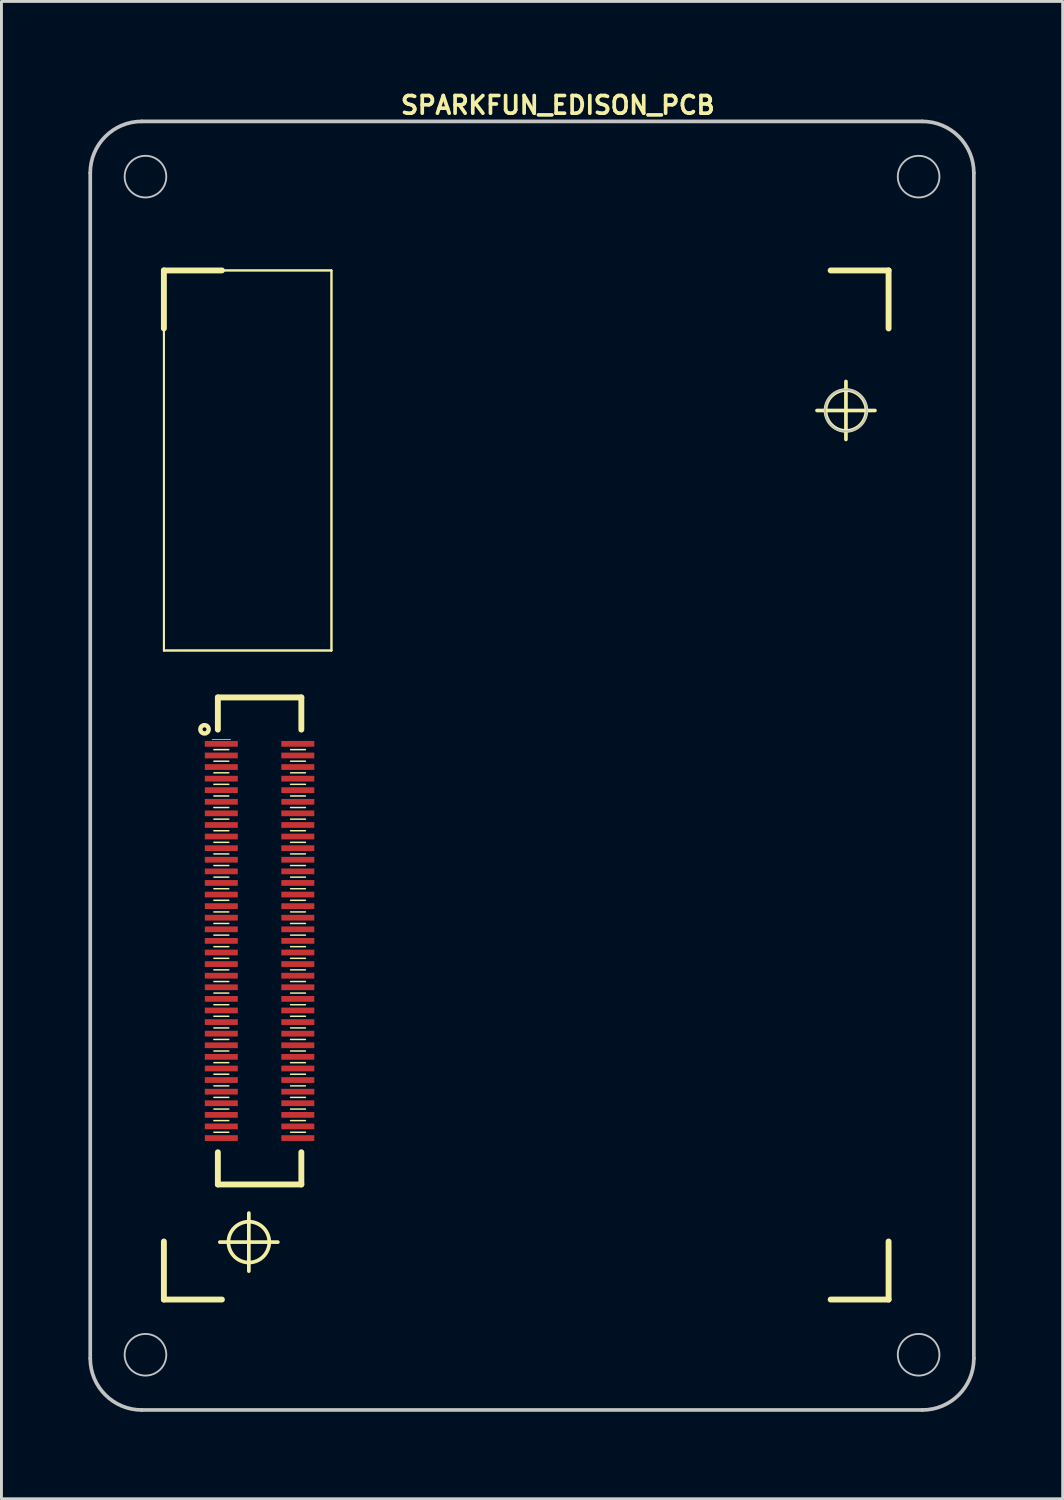
<source format=kicad_pcb>
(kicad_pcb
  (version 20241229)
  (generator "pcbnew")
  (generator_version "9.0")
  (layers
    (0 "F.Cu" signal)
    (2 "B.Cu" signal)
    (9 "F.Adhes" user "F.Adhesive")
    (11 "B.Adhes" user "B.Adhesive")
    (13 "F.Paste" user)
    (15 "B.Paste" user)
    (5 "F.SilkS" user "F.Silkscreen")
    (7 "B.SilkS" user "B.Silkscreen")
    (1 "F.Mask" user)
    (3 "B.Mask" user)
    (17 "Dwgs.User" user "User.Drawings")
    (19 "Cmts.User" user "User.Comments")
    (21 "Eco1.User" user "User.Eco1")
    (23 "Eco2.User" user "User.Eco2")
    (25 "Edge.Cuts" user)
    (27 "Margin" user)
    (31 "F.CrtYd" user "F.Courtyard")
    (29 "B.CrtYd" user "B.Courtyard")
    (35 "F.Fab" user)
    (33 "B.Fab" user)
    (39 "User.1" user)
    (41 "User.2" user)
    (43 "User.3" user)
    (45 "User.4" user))
  (footprint "SPARKFUN_EDISON_PCB"
    (layer "F.Cu")
    (at 15.303 23.998)
    (property "Reference" "SPARKFUN_EDISON_PCB" (at 0.889 -23.419 0) (layer "F.SilkS") (effects (font (size 0.61 0.61) (thickness 0.127))))
    (attr smd)
    (fp_line (start -12.7 -17.719) (end -10.698 -17.719) (stroke (width 0.203) (type solid)) (layer "F.SilkS"))
    (fp_line (start -12.7 -17.719) (end -6.919 -17.719) (stroke (width 0.066) (type solid)) (layer "F.SilkS"))
    (fp_line (start -12.7 -17.719) (end -6.919 -17.719) (stroke (width 0.066) (type solid)) (layer "F.SilkS"))
    (fp_line (start -12.7 -15.718) (end -12.7 -17.719) (stroke (width 0.203) (type solid)) (layer "F.SilkS"))
    (fp_line (start -12.7 -4.608) (end -12.7 -17.719) (stroke (width 0.066) (type solid)) (layer "F.SilkS"))
    (fp_line (start -12.7 -4.608) (end -12.7 -17.719) (stroke (width 0.066) (type solid)) (layer "F.SilkS"))
    (fp_line (start -12.7 -4.608) (end -6.919 -4.608) (stroke (width 0.066) (type solid)) (layer "F.SilkS"))
    (fp_line (start -12.7 -4.608) (end -6.919 -4.608) (stroke (width 0.066) (type solid)) (layer "F.SilkS"))
    (fp_line (start -12.7 17.78) (end -12.7 15.778) (stroke (width 0.203) (type solid)) (layer "F.SilkS"))
    (fp_line (start -11.036 -1.537) (end -10.401 -1.537) (stroke (width 0.025) (type solid)) (layer "F.SilkS"))
    (fp_line (start -10.975 -1.189) (end -10.462 -1.189) (stroke (width 0.051) (type solid)) (layer "F.SilkS"))
    (fp_line (start -10.975 -0.79) (end -10.462 -0.79) (stroke (width 0.051) (type solid)) (layer "F.SilkS"))
    (fp_line (start -10.975 -0.389) (end -10.462 -0.389) (stroke (width 0.051) (type solid)) (layer "F.SilkS"))
    (fp_line (start -10.975 0.008) (end -10.462 0.008) (stroke (width 0.051) (type solid)) (layer "F.SilkS"))
    (fp_line (start -10.975 0.409) (end -10.462 0.409) (stroke (width 0.051) (type solid)) (layer "F.SilkS"))
    (fp_line (start -10.975 0.808) (end -10.462 0.808) (stroke (width 0.051) (type solid)) (layer "F.SilkS"))
    (fp_line (start -10.975 1.209) (end -10.462 1.209) (stroke (width 0.051) (type solid)) (layer "F.SilkS"))
    (fp_line (start -10.975 1.608) (end -10.462 1.608) (stroke (width 0.051) (type solid)) (layer "F.SilkS"))
    (fp_line (start -10.975 2.009) (end -10.462 2.009) (stroke (width 0.051) (type solid)) (layer "F.SilkS"))
    (fp_line (start -10.975 2.408) (end -10.462 2.408) (stroke (width 0.051) (type solid)) (layer "F.SilkS"))
    (fp_line (start -10.975 2.809) (end -10.462 2.809) (stroke (width 0.051) (type solid)) (layer "F.SilkS"))
    (fp_line (start -10.975 3.208) (end -10.462 3.208) (stroke (width 0.051) (type solid)) (layer "F.SilkS"))
    (fp_line (start -10.975 3.609) (end -10.462 3.609) (stroke (width 0.051) (type solid)) (layer "F.SilkS"))
    (fp_line (start -10.975 4.008) (end -10.462 4.008) (stroke (width 0.051) (type solid)) (layer "F.SilkS"))
    (fp_line (start -10.975 4.409) (end -10.462 4.409) (stroke (width 0.051) (type solid)) (layer "F.SilkS"))
    (fp_line (start -10.975 4.808) (end -10.462 4.808) (stroke (width 0.051) (type solid)) (layer "F.SilkS"))
    (fp_line (start -10.975 5.21) (end -10.462 5.21) (stroke (width 0.051) (type solid)) (layer "F.SilkS"))
    (fp_line (start -10.975 5.608) (end -10.462 5.608) (stroke (width 0.051) (type solid)) (layer "F.SilkS"))
    (fp_line (start -10.975 6.01) (end -10.462 6.01) (stroke (width 0.051) (type solid)) (layer "F.SilkS"))
    (fp_line (start -10.975 6.408) (end -10.462 6.408) (stroke (width 0.051) (type solid)) (layer "F.SilkS"))
    (fp_line (start -10.975 6.81) (end -10.462 6.81) (stroke (width 0.051) (type solid)) (layer "F.SilkS"))
    (fp_line (start -10.975 7.209) (end -10.462 7.209) (stroke (width 0.051) (type solid)) (layer "F.SilkS"))
    (fp_line (start -10.975 7.61) (end -10.462 7.61) (stroke (width 0.051) (type solid)) (layer "F.SilkS"))
    (fp_line (start -10.975 8.009) (end -10.462 8.009) (stroke (width 0.051) (type solid)) (layer "F.SilkS"))
    (fp_line (start -10.975 8.41) (end -10.462 8.41) (stroke (width 0.051) (type solid)) (layer "F.SilkS"))
    (fp_line (start -10.975 8.809) (end -10.462 8.809) (stroke (width 0.051) (type solid)) (layer "F.SilkS"))
    (fp_line (start -10.975 9.207) (end -10.462 9.207) (stroke (width 0.051) (type solid)) (layer "F.SilkS"))
    (fp_line (start -10.975 9.609) (end -10.462 9.609) (stroke (width 0.051) (type solid)) (layer "F.SilkS"))
    (fp_line (start -10.975 10.008) (end -10.462 10.008) (stroke (width 0.051) (type solid)) (layer "F.SilkS"))
    (fp_line (start -10.975 10.409) (end -10.462 10.409) (stroke (width 0.051) (type solid)) (layer "F.SilkS"))
    (fp_line (start -10.975 10.808) (end -10.462 10.808) (stroke (width 0.051) (type solid)) (layer "F.SilkS"))
    (fp_line (start -10.975 11.209) (end -10.462 11.209) (stroke (width 0.051) (type solid)) (layer "F.SilkS"))
    (fp_line (start -10.975 11.608) (end -10.462 11.608) (stroke (width 0.051) (type solid)) (layer "F.SilkS"))
    (fp_line (start -10.975 12.009) (end -10.462 12.009) (stroke (width 0.051) (type solid)) (layer "F.SilkS"))
    (fp_line (start -10.838 -2.99) (end -10.838 -1.88) (stroke (width 0.203) (type solid)) (layer "F.SilkS"))
    (fp_line (start -10.838 -2.99) (end -7.958 -2.99) (stroke (width 0.203) (type solid)) (layer "F.SilkS"))
    (fp_line (start -10.838 12.7) (end -10.838 13.81) (stroke (width 0.203) (type solid)) (layer "F.SilkS"))
    (fp_line (start -10.77 15.799) (end -8.768 15.799) (stroke (width 0.127) (type solid)) (layer "F.SilkS"))
    (fp_line (start -10.698 17.78) (end -12.7 17.78) (stroke (width 0.203) (type solid)) (layer "F.SilkS"))
    (fp_line (start -9.769 16.8) (end -9.769 14.798) (stroke (width 0.127) (type solid)) (layer "F.SilkS"))
    (fp_line (start -8.329 -1.189) (end -7.818 -1.189) (stroke (width 0.051) (type solid)) (layer "F.SilkS"))
    (fp_line (start -8.329 -0.79) (end -7.818 -0.79) (stroke (width 0.051) (type solid)) (layer "F.SilkS"))
    (fp_line (start -8.329 -0.389) (end -7.818 -0.389) (stroke (width 0.051) (type solid)) (layer "F.SilkS"))
    (fp_line (start -8.329 0.008) (end -7.818 0.008) (stroke (width 0.051) (type solid)) (layer "F.SilkS"))
    (fp_line (start -8.329 0.409) (end -7.818 0.409) (stroke (width 0.051) (type solid)) (layer "F.SilkS"))
    (fp_line (start -8.329 0.808) (end -7.818 0.808) (stroke (width 0.051) (type solid)) (layer "F.SilkS"))
    (fp_line (start -8.329 1.209) (end -7.818 1.209) (stroke (width 0.051) (type solid)) (layer "F.SilkS"))
    (fp_line (start -8.329 1.608) (end -7.818 1.608) (stroke (width 0.051) (type solid)) (layer "F.SilkS"))
    (fp_line (start -8.329 2.009) (end -7.818 2.009) (stroke (width 0.051) (type solid)) (layer "F.SilkS"))
    (fp_line (start -8.329 2.408) (end -7.818 2.408) (stroke (width 0.051) (type solid)) (layer "F.SilkS"))
    (fp_line (start -8.329 2.809) (end -7.818 2.809) (stroke (width 0.051) (type solid)) (layer "F.SilkS"))
    (fp_line (start -8.329 3.208) (end -7.818 3.208) (stroke (width 0.051) (type solid)) (layer "F.SilkS"))
    (fp_line (start -8.329 3.609) (end -7.818 3.609) (stroke (width 0.051) (type solid)) (layer "F.SilkS"))
    (fp_line (start -8.329 4.008) (end -7.818 4.008) (stroke (width 0.051) (type solid)) (layer "F.SilkS"))
    (fp_line (start -8.329 4.409) (end -7.818 4.409) (stroke (width 0.051) (type solid)) (layer "F.SilkS"))
    (fp_line (start -8.329 4.808) (end -7.818 4.808) (stroke (width 0.051) (type solid)) (layer "F.SilkS"))
    (fp_line (start -8.329 5.21) (end -7.818 5.21) (stroke (width 0.051) (type solid)) (layer "F.SilkS"))
    (fp_line (start -8.329 5.608) (end -7.818 5.608) (stroke (width 0.051) (type solid)) (layer "F.SilkS"))
    (fp_line (start -8.329 6.01) (end -7.818 6.01) (stroke (width 0.051) (type solid)) (layer "F.SilkS"))
    (fp_line (start -8.329 6.408) (end -7.818 6.408) (stroke (width 0.051) (type solid)) (layer "F.SilkS"))
    (fp_line (start -8.329 6.81) (end -7.818 6.81) (stroke (width 0.051) (type solid)) (layer "F.SilkS"))
    (fp_line (start -8.329 7.209) (end -7.818 7.209) (stroke (width 0.051) (type solid)) (layer "F.SilkS"))
    (fp_line (start -8.329 7.61) (end -7.818 7.61) (stroke (width 0.051) (type solid)) (layer "F.SilkS"))
    (fp_line (start -8.329 8.009) (end -7.818 8.009) (stroke (width 0.051) (type solid)) (layer "F.SilkS"))
    (fp_line (start -8.329 8.41) (end -7.818 8.41) (stroke (width 0.051) (type solid)) (layer "F.SilkS"))
    (fp_line (start -8.329 8.809) (end -7.818 8.809) (stroke (width 0.051) (type solid)) (layer "F.SilkS"))
    (fp_line (start -8.329 9.207) (end -7.818 9.207) (stroke (width 0.051) (type solid)) (layer "F.SilkS"))
    (fp_line (start -8.329 9.609) (end -7.818 9.609) (stroke (width 0.051) (type solid)) (layer "F.SilkS"))
    (fp_line (start -8.329 10.008) (end -7.818 10.008) (stroke (width 0.051) (type solid)) (layer "F.SilkS"))
    (fp_line (start -8.329 10.409) (end -7.818 10.409) (stroke (width 0.051) (type solid)) (layer "F.SilkS"))
    (fp_line (start -8.329 10.808) (end -7.818 10.808) (stroke (width 0.051) (type solid)) (layer "F.SilkS"))
    (fp_line (start -8.329 11.209) (end -7.818 11.209) (stroke (width 0.051) (type solid)) (layer "F.SilkS"))
    (fp_line (start -8.329 11.608) (end -7.818 11.608) (stroke (width 0.051) (type solid)) (layer "F.SilkS"))
    (fp_line (start -8.329 12.009) (end -7.818 12.009) (stroke (width 0.051) (type solid)) (layer "F.SilkS"))
    (fp_line (start -7.958 -2.99) (end -7.958 -1.88) (stroke (width 0.203) (type solid)) (layer "F.SilkS"))
    (fp_line (start -7.958 12.7) (end -7.958 13.81) (stroke (width 0.203) (type solid)) (layer "F.SilkS"))
    (fp_line (start -7.958 13.81) (end -10.838 13.81) (stroke (width 0.203) (type solid)) (layer "F.SilkS"))
    (fp_line (start -6.919 -4.608) (end -6.919 -17.719) (stroke (width 0.066) (type solid)) (layer "F.SilkS"))
    (fp_line (start -6.919 -4.608) (end -6.919 -17.719) (stroke (width 0.066) (type solid)) (layer "F.SilkS"))
    (fp_line (start 9.83 -12.888) (end 11.829 -12.888) (stroke (width 0.127) (type solid)) (layer "F.SilkS"))
    (fp_line (start 10.3 -17.719) (end 12.299 -17.719) (stroke (width 0.203) (type solid)) (layer "F.SilkS"))
    (fp_line (start 10.828 -11.89) (end 10.828 -13.889) (stroke (width 0.127) (type solid)) (layer "F.SilkS"))
    (fp_line (start 12.299 -17.719) (end 12.299 -15.718) (stroke (width 0.203) (type solid)) (layer "F.SilkS"))
    (fp_line (start 12.299 15.778) (end 12.299 17.78) (stroke (width 0.203) (type solid)) (layer "F.SilkS"))
    (fp_line (start 12.299 17.78) (end 10.3 17.78) (stroke (width 0.203) (type solid)) (layer "F.SilkS"))
    (fp_circle (center -11.298 -1.89) (end -11.346 -1.938) (stroke (width 0.152) (type solid)) (fill no) (layer "F.SilkS"))
    (fp_circle (center -9.769 15.799) (end -10.267 16.297) (stroke (width 0.127) (type solid)) (fill no) (layer "F.SilkS"))
    (fp_circle (center 10.828 -12.888) (end 11.326 -13.386) (stroke (width 0.127) (type solid)) (fill no) (layer "F.SilkS"))
    (fp_line (start -15.24 19.812) (end -15.24 -21.082) (stroke (width 0.127) (type solid)) (layer "Dwgs.User"))
    (fp_line (start -13.462 21.59) (end 13.462 21.59) (stroke (width 0.127) (type solid)) (layer "Dwgs.User"))
    (fp_line (start 13.462 -22.86) (end -13.462 -22.86) (stroke (width 0.127) (type solid)) (layer "Dwgs.User"))
    (fp_line (start 15.24 19.812) (end 15.24 -21.082) (stroke (width 0.127) (type solid)) (layer "Dwgs.User"))
    (fp_arc (start -15.24 -21.082) (mid -14.719236 -22.339236) (end -13.462 -22.86) (stroke (width 0.127) (type solid)) (layer "Dwgs.User"))
    (fp_arc (start -13.462 21.59) (mid -14.719236 21.069236) (end -15.24 19.812) (stroke (width 0.127) (type solid)) (layer "Dwgs.User"))
    (fp_arc (start 13.462 -22.86) (mid 14.719236 -22.339236) (end 15.24 -21.082) (stroke (width 0.127) (type solid)) (layer "Dwgs.User"))
    (fp_arc (start 15.24 19.812) (mid 14.719236 21.069236) (end 13.462 21.59) (stroke (width 0.127) (type solid)) (layer "Dwgs.User"))
    (fp_circle (center -13.335 -20.955) (end -13.843 -21.463) (stroke (width 0.064) (type solid)) (fill no) (layer "Dwgs.User"))
    (fp_circle (center -13.335 19.685) (end -13.843 20.193) (stroke (width 0.064) (type solid)) (fill no) (layer "Dwgs.User"))
    (fp_circle (center 10.828 -12.888) (end 11.336 -13.396) (stroke (width 0.064) (type solid)) (fill no) (layer "Dwgs.User"))
    (fp_circle (center 13.335 -20.955) (end 13.843 -21.463) (stroke (width 0.064) (type solid)) (fill no) (layer "Dwgs.User"))
    (fp_circle (center 13.335 19.685) (end 13.843 20.193) (stroke (width 0.064) (type solid)) (fill no) (layer "Dwgs.User"))
    (pad "1" smd rect (at -10.719 -1.389 90) (size 0.198 1.138) (layers "F.Cu" "F.Mask" "F.Paste"))
    (pad "2" smd rect (at -8.08 -1.389 90) (size 0.198 1.138) (layers "F.Cu" "F.Mask" "F.Paste"))
    (pad "3" smd rect (at -10.719 -0.988 90) (size 0.198 1.138) (layers "F.Cu" "F.Mask" "F.Paste"))
    (pad "4" smd rect (at -8.08 -0.988 90) (size 0.198 1.138) (layers "F.Cu" "F.Mask" "F.Paste"))
    (pad "5" smd rect (at -10.719 -0.589 90) (size 0.198 1.138) (layers "F.Cu" "F.Mask" "F.Paste"))
    (pad "6" smd rect (at -8.08 -0.589 90) (size 0.198 1.138) (layers "F.Cu" "F.Mask" "F.Paste"))
    (pad "7" smd rect (at -10.719 -0.188 90) (size 0.198 1.138) (layers "F.Cu" "F.Mask" "F.Paste"))
    (pad "8" smd rect (at -8.08 -0.188 90) (size 0.198 1.138) (layers "F.Cu" "F.Mask" "F.Paste"))
    (pad "9" smd rect (at -10.719 0.208 90) (size 0.198 1.138) (layers "F.Cu" "F.Mask" "F.Paste"))
    (pad "10" smd rect (at -8.08 0.208 90) (size 0.198 1.138) (layers "F.Cu" "F.Mask" "F.Paste"))
    (pad "11" smd rect (at -10.719 0.61 90) (size 0.198 1.138) (layers "F.Cu" "F.Mask" "F.Paste"))
    (pad "12" smd rect (at -8.08 0.61 90) (size 0.198 1.138) (layers "F.Cu" "F.Mask" "F.Paste"))
    (pad "13" smd rect (at -10.719 1.008 90) (size 0.198 1.138) (layers "F.Cu" "F.Mask" "F.Paste"))
    (pad "14" smd rect (at -8.08 1.008 90) (size 0.198 1.138) (layers "F.Cu" "F.Mask" "F.Paste"))
    (pad "15" smd rect (at -10.719 1.41 90) (size 0.198 1.138) (layers "F.Cu" "F.Mask" "F.Paste"))
    (pad "16" smd rect (at -8.08 1.41 90) (size 0.198 1.138) (layers "F.Cu" "F.Mask" "F.Paste"))
    (pad "17" smd rect (at -10.719 1.808 90) (size 0.198 1.138) (layers "F.Cu" "F.Mask" "F.Paste"))
    (pad "18" smd rect (at -8.08 1.808 90) (size 0.198 1.138) (layers "F.Cu" "F.Mask" "F.Paste"))
    (pad "19" smd rect (at -10.719 2.21 90) (size 0.198 1.138) (layers "F.Cu" "F.Mask" "F.Paste"))
    (pad "20" smd rect (at -8.08 2.21 90) (size 0.198 1.138) (layers "F.Cu" "F.Mask" "F.Paste"))
    (pad "21" smd rect (at -10.719 2.609 90) (size 0.198 1.138) (layers "F.Cu" "F.Mask" "F.Paste"))
    (pad "22" smd rect (at -8.08 2.609 90) (size 0.198 1.138) (layers "F.Cu" "F.Mask" "F.Paste"))
    (pad "23" smd rect (at -10.719 3.01 90) (size 0.198 1.138) (layers "F.Cu" "F.Mask" "F.Paste"))
    (pad "24" smd rect (at -8.08 3.01 90) (size 0.198 1.138) (layers "F.Cu" "F.Mask" "F.Paste"))
    (pad "25" smd rect (at -10.719 3.409 90) (size 0.198 1.138) (layers "F.Cu" "F.Mask" "F.Paste"))
    (pad "26" smd rect (at -8.08 3.409 90) (size 0.198 1.138) (layers "F.Cu" "F.Mask" "F.Paste"))
    (pad "27" smd rect (at -10.719 3.81 90) (size 0.198 1.138) (layers "F.Cu" "F.Mask" "F.Paste"))
    (pad "28" smd rect (at -8.08 3.81 90) (size 0.198 1.138) (layers "F.Cu" "F.Mask" "F.Paste"))
    (pad "29" smd rect (at -10.719 4.209 90) (size 0.198 1.138) (layers "F.Cu" "F.Mask" "F.Paste"))
    (pad "30" smd rect (at -8.08 4.209 90) (size 0.198 1.138) (layers "F.Cu" "F.Mask" "F.Paste"))
    (pad "31" smd rect (at -10.719 4.608 90) (size 0.198 1.138) (layers "F.Cu" "F.Mask" "F.Paste"))
    (pad "32" smd rect (at -8.08 4.608 90) (size 0.198 1.138) (layers "F.Cu" "F.Mask" "F.Paste"))
    (pad "33" smd rect (at -10.719 5.009 90) (size 0.198 1.138) (layers "F.Cu" "F.Mask" "F.Paste"))
    (pad "34" smd rect (at -8.08 5.009 90) (size 0.198 1.138) (layers "F.Cu" "F.Mask" "F.Paste"))
    (pad "35" smd rect (at -10.719 5.408 90) (size 0.198 1.138) (layers "F.Cu" "F.Mask" "F.Paste"))
    (pad "36" smd rect (at -8.08 5.408 90) (size 0.198 1.138) (layers "F.Cu" "F.Mask" "F.Paste"))
    (pad "37" smd rect (at -10.719 5.809 90) (size 0.198 1.138) (layers "F.Cu" "F.Mask" "F.Paste"))
    (pad "38" smd rect (at -8.08 5.809 90) (size 0.198 1.138) (layers "F.Cu" "F.Mask" "F.Paste"))
    (pad "39" smd rect (at -10.719 6.208 90) (size 0.198 1.138) (layers "F.Cu" "F.Mask" "F.Paste"))
    (pad "40" smd rect (at -8.08 6.208 90) (size 0.198 1.138) (layers "F.Cu" "F.Mask" "F.Paste"))
    (pad "41" smd rect (at -10.719 6.609 90) (size 0.198 1.138) (layers "F.Cu" "F.Mask" "F.Paste"))
    (pad "42" smd rect (at -8.08 6.609 90) (size 0.198 1.138) (layers "F.Cu" "F.Mask" "F.Paste"))
    (pad "43" smd rect (at -10.719 7.008 90) (size 0.198 1.138) (layers "F.Cu" "F.Mask" "F.Paste"))
    (pad "44" smd rect (at -8.08 7.008 90) (size 0.198 1.138) (layers "F.Cu" "F.Mask" "F.Paste"))
    (pad "45" smd rect (at -10.719 7.409 90) (size 0.198 1.138) (layers "F.Cu" "F.Mask" "F.Paste"))
    (pad "46" smd rect (at -8.08 7.409 90) (size 0.198 1.138) (layers "F.Cu" "F.Mask" "F.Paste"))
    (pad "47" smd rect (at -10.719 7.808 90) (size 0.198 1.138) (layers "F.Cu" "F.Mask" "F.Paste"))
    (pad "48" smd rect (at -8.08 7.808 90) (size 0.198 1.138) (layers "F.Cu" "F.Mask" "F.Paste"))
    (pad "49" smd rect (at -10.719 8.209 90) (size 0.198 1.138) (layers "F.Cu" "F.Mask" "F.Paste"))
    (pad "50" smd rect (at -8.08 8.209 90) (size 0.198 1.138) (layers "F.Cu" "F.Mask" "F.Paste"))
    (pad "51" smd rect (at -10.719 8.608 90) (size 0.198 1.138) (layers "F.Cu" "F.Mask" "F.Paste"))
    (pad "52" smd rect (at -8.08 8.608 90) (size 0.198 1.138) (layers "F.Cu" "F.Mask" "F.Paste"))
    (pad "53" smd rect (at -10.719 9.009 90) (size 0.198 1.138) (layers "F.Cu" "F.Mask" "F.Paste"))
    (pad "54" smd rect (at -8.08 9.009 90) (size 0.198 1.138) (layers "F.Cu" "F.Mask" "F.Paste"))
    (pad "55" smd rect (at -10.719 9.408 90) (size 0.198 1.138) (layers "F.Cu" "F.Mask" "F.Paste"))
    (pad "56" smd rect (at -8.08 9.408 90) (size 0.198 1.138) (layers "F.Cu" "F.Mask" "F.Paste"))
    (pad "57" smd rect (at -10.719 9.809 90) (size 0.198 1.138) (layers "F.Cu" "F.Mask" "F.Paste"))
    (pad "58" smd rect (at -8.08 9.809 90) (size 0.198 1.138) (layers "F.Cu" "F.Mask" "F.Paste"))
    (pad "59" smd rect (at -10.719 10.208 90) (size 0.198 1.138) (layers "F.Cu" "F.Mask" "F.Paste"))
    (pad "60" smd rect (at -8.08 10.208 90) (size 0.198 1.138) (layers "F.Cu" "F.Mask" "F.Paste"))
    (pad "61" smd rect (at -10.719 10.61 90) (size 0.198 1.138) (layers "F.Cu" "F.Mask" "F.Paste"))
    (pad "62" smd rect (at -8.08 10.61 90) (size 0.198 1.138) (layers "F.Cu" "F.Mask" "F.Paste"))
    (pad "63" smd rect (at -10.719 11.008 90) (size 0.198 1.138) (layers "F.Cu" "F.Mask" "F.Paste"))
    (pad "64" smd rect (at -8.08 11.008 90) (size 0.198 1.138) (layers "F.Cu" "F.Mask" "F.Paste"))
    (pad "65" smd rect (at -10.719 11.41 90) (size 0.198 1.138) (layers "F.Cu" "F.Mask" "F.Paste"))
    (pad "66" smd rect (at -8.08 11.41 90) (size 0.198 1.138) (layers "F.Cu" "F.Mask" "F.Paste"))
    (pad "67" smd rect (at -10.719 11.808 90) (size 0.198 1.138) (layers "F.Cu" "F.Mask" "F.Paste"))
    (pad "68" smd rect (at -8.08 11.808 90) (size 0.198 1.138) (layers "F.Cu" "F.Mask" "F.Paste"))
    (pad "69" smd rect (at -10.719 12.21 90) (size 0.198 1.138) (layers "F.Cu" "F.Mask" "F.Paste"))
    (pad "70" smd rect (at -8.08 12.21 90) (size 0.198 1.138) (layers "F.Cu" "F.Mask" "F.Paste")))
  (gr_rect
    (start -3 -3)
    (end 33.607 48.652)
    (stroke (width 0.1) (type default))
    (fill no)
    (layer "Edge.Cuts")))
</source>
